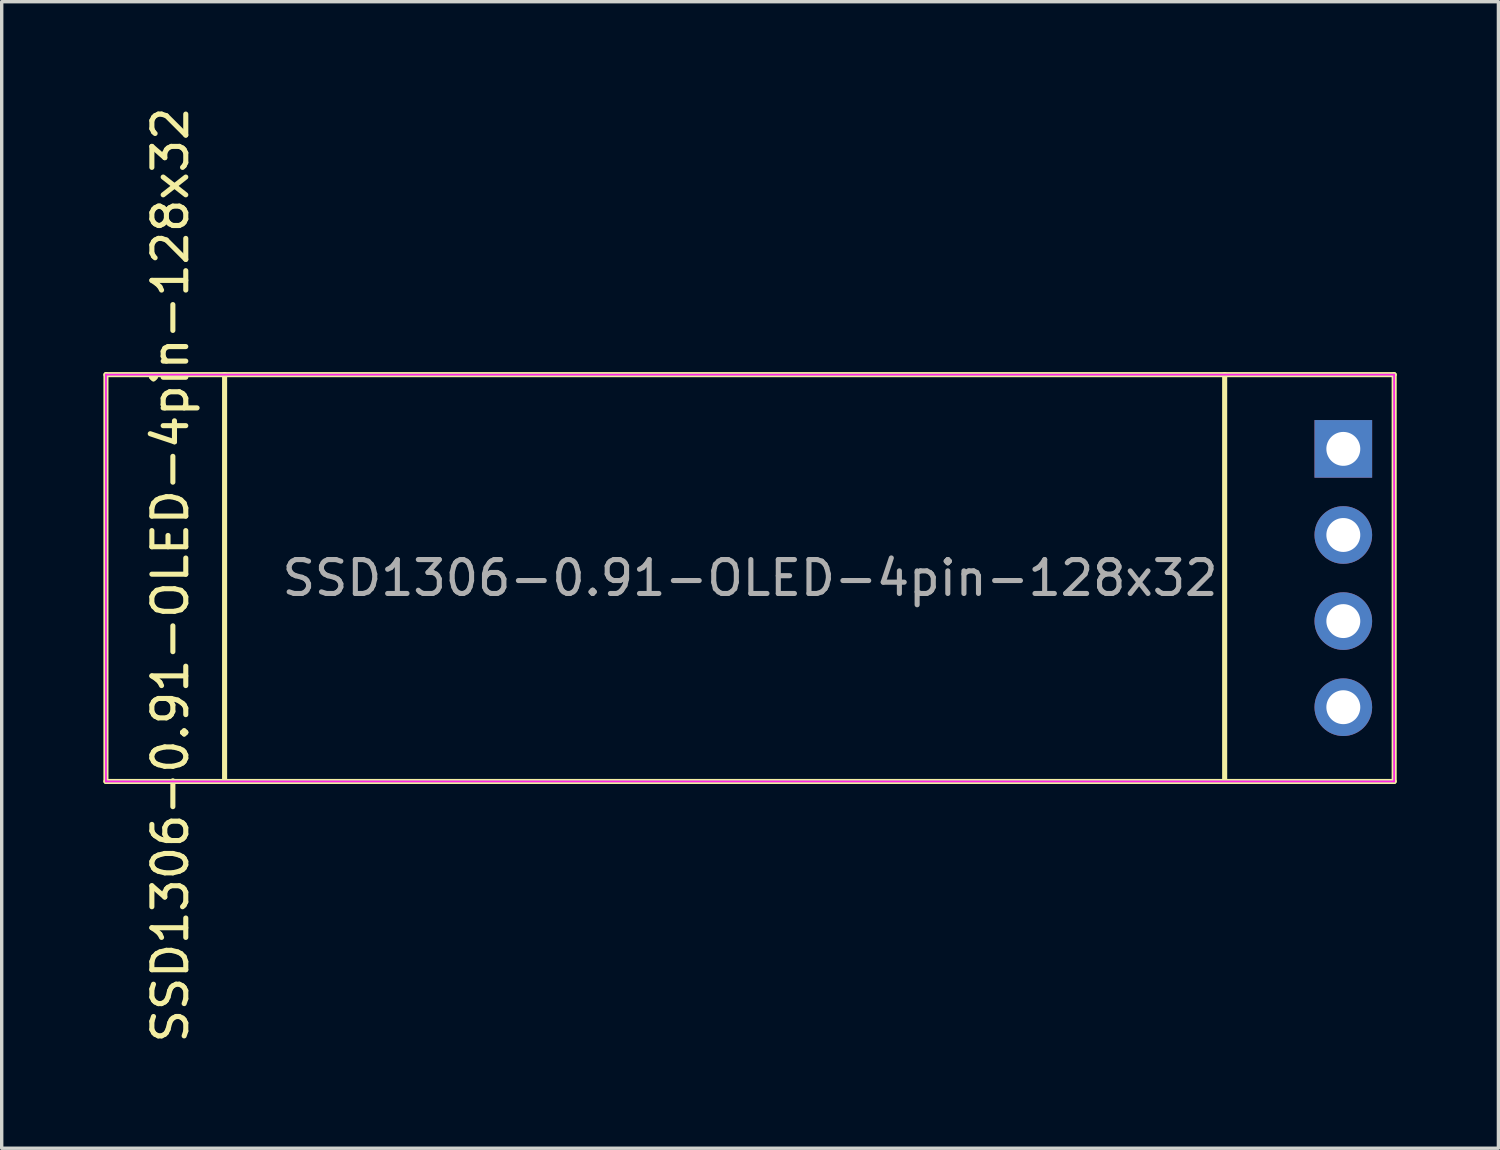
<source format=kicad_pcb>
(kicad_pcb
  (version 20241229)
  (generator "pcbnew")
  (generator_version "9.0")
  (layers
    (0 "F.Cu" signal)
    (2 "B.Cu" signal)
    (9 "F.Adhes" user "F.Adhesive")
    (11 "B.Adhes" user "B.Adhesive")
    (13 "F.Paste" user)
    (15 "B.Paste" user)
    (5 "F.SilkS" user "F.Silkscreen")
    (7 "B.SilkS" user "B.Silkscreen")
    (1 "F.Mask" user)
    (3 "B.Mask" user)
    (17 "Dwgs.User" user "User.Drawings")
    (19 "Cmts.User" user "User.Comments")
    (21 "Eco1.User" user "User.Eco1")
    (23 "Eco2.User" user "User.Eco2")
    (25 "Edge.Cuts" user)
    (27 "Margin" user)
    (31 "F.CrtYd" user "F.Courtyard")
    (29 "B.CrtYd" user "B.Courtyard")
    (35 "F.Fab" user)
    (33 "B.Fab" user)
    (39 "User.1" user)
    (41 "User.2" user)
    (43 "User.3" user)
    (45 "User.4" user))
  (footprint "SSD1306-0.91-OLED-4pin-128x32"
    (layer "F.Cu")
    (at 19.075 14.001)
    (property "Reference" "SSD1306-0.91-OLED-4pin-128x32" (at -17.1 -0.09 90) (layer "F.SilkS") (effects (font (size 1 1) (thickness 0.15))))
    (attr through_hole allow_missing_courtyard)
    (fp_line (start -19 -6) (end -19 6) (stroke (width 0.15) (type solid)) (layer "F.SilkS"))
    (fp_line (start -19 6) (end 19 6) (stroke (width 0.15) (type solid)) (layer "F.SilkS"))
    (fp_line (start -15.5 -6) (end -15.5 6) (stroke (width 0.15) (type solid)) (layer "F.SilkS"))
    (fp_line (start 14 -6) (end 14 6) (stroke (width 0.15) (type solid)) (layer "F.SilkS"))
    (fp_line (start 19 -6) (end -19 -6) (stroke (width 0.15) (type solid)) (layer "F.SilkS"))
    (fp_line (start 19 6) (end 19 -6) (stroke (width 0.15) (type solid)) (layer "F.SilkS"))
    (fp_line (start -19 -6) (end -19 6) (stroke (width 0.05) (type solid)) (layer "F.CrtYd"))
    (fp_line (start -19 6) (end 19 6) (stroke (width 0.05) (type solid)) (layer "F.CrtYd"))
    (fp_line (start 19 -6) (end -19 -6) (stroke (width 0.05) (type solid)) (layer "F.CrtYd"))
    (fp_line (start 19 6) (end 19 -6) (stroke (width 0.05) (type solid)) (layer "F.CrtYd"))
    (fp_line (start -19 -6) (end -19 6) (stroke (width 0.05) (type solid)) (layer "F.Fab"))
    (fp_line (start -19 6) (end 19 6) (stroke (width 0.05) (type solid)) (layer "F.Fab"))
    (fp_line (start 19 -6) (end -19 -6) (stroke (width 0.05) (type solid)) (layer "F.Fab"))
    (fp_line (start 19 6) (end 19 -6) (stroke (width 0.05) (type solid)) (layer "F.Fab"))
    (fp_text user "${REFERENCE}" (at 0 0 0) (layer "F.Fab") (effects (font (size 1 1) (thickness 0.15))))
    (pad "1" thru_hole rect (at 17.5 -3.81) (size 1.7 1.7) (drill 1) (layers "*.Cu" "*.Mask"))
    (pad "2" thru_hole oval (at 17.5 -1.27) (size 1.7 1.7) (drill 1) (layers "*.Cu" "*.Mask"))
    (pad "3" thru_hole oval (at 17.5 1.27) (size 1.7 1.7) (drill 1) (layers "*.Cu" "*.Mask"))
    (pad "4" thru_hole oval (at 17.5 3.81) (size 1.7 1.7) (drill 1) (layers "*.Cu" "*.Mask")))
  (gr_rect
    (start -3 -3)
    (end 41.15 30.821)
    (stroke (width 0.1) (type default))
    (fill no)
    (layer "Edge.Cuts")))
</source>
